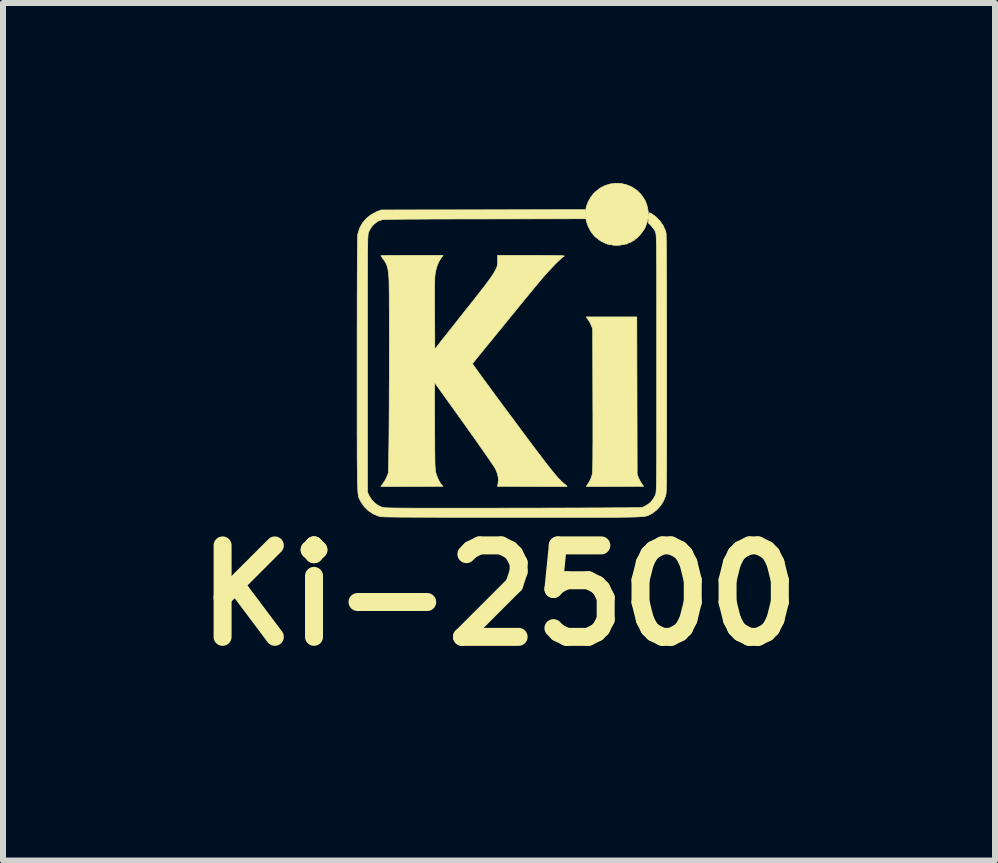
<source format=kicad_pcb>
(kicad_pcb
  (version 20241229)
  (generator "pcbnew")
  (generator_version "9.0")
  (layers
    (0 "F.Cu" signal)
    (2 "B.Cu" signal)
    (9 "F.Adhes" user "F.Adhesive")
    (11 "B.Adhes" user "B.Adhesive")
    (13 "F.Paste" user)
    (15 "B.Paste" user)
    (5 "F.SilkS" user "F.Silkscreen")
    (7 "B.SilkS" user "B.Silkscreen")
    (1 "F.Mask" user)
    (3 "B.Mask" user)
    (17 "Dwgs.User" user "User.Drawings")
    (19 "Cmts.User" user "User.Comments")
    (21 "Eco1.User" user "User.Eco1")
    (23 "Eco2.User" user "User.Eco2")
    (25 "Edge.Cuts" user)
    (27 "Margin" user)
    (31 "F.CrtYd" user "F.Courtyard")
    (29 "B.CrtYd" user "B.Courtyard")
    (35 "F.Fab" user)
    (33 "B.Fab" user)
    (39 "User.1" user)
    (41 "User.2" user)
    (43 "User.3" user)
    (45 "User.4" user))
  (footprint "Ki-2500"
    (layer "F.Cu")
    (at 5.494 2.802)
    (property "Reference" "Ki-2500" (at -0.225 4.075 180) (layer "F.SilkS") (effects (font (size 1.524 1.524) (thickness 0.3))))
    (attr through_hole)
    (fp_poly (pts (xy 2.075 0.744) (xy 2.078 2.057) (xy 2.1 2.113) (xy 2.12 2.153) (xy 2.143 2.194) (xy 2.154 2.212) (xy 2.185 2.255) (xy 1.707 2.258) (xy 1.611 2.258) (xy 1.521 2.259) (xy 1.44 2.259) (xy 1.369 2.259) (xy 1.31 2.258) (xy 1.266 2.258) (xy 1.239 2.257) (xy 1.229 2.256) (xy 1.235 2.247) (xy 1.249 2.227) (xy 1.253 2.221) (xy 1.3 2.143) (xy 1.329 2.056) (xy 1.331 2.047) (xy 1.332 2.03) (xy 1.334 2.001) (xy 1.336 1.959) (xy 1.337 1.903) (xy 1.338 1.832) (xy 1.339 1.746) (xy 1.339 1.644) (xy 1.34 1.526) (xy 1.34 1.39) (xy 1.34 1.236) (xy 1.34 1.064) (xy 1.339 0.872) (xy 1.339 0.808) (xy 1.336 -0.371) (xy 1.313 -0.426) (xy 1.294 -0.467) (xy 1.271 -0.508) (xy 1.259 -0.525) (xy 1.228 -0.569) (xy 2.072 -0.569) (xy 2.075 0.744)) (stroke (width 0.01) (type solid)) (fill yes) (layer "F.SilkS"))
    (fp_poly (pts (xy -1.193 -1.547) (xy -1.231 -1.483) (xy -1.261 -1.409) (xy -1.284 -1.32) (xy -1.285 -1.314) (xy -1.288 -1.295) (xy -1.291 -1.272) (xy -1.294 -1.244) (xy -1.296 -1.21) (xy -1.297 -1.167) (xy -1.298 -1.115) (xy -1.299 -1.051) (xy -1.299 -0.973) (xy -1.299 -0.88) (xy -1.299 -0.77) (xy -1.298 -0.642) (xy -1.298 -0.633) (xy -1.295 -0.032) (xy -1.158 -0.207) (xy -1.122 -0.251) (xy -1.077 -0.309) (xy -1.022 -0.378) (xy -0.961 -0.455) (xy -0.896 -0.538) (xy -0.828 -0.624) (xy -0.759 -0.711) (xy -0.706 -0.777) (xy -0.626 -0.878) (xy -0.558 -0.965) (xy -0.501 -1.039) (xy -0.452 -1.102) (xy -0.412 -1.156) (xy -0.378 -1.202) (xy -0.351 -1.241) (xy -0.328 -1.276) (xy -0.308 -1.307) (xy -0.291 -1.337) (xy -0.278 -1.361) (xy -0.264 -1.392) (xy -0.255 -1.42) (xy -0.25 -1.451) (xy -0.249 -1.494) (xy -0.249 -1.506) (xy -0.249 -1.595) (xy 0.307 -1.595) (xy 0.443 -1.595) (xy 0.561 -1.594) (xy 0.659 -1.593) (xy 0.739 -1.592) (xy 0.799 -1.591) (xy 0.84 -1.589) (xy 0.861 -1.586) (xy 0.864 -1.585) (xy 0.856 -1.575) (xy 0.853 -1.575) (xy 0.84 -1.568) (xy 0.816 -1.548) (xy 0.783 -1.517) (xy 0.742 -1.478) (xy 0.697 -1.433) (xy 0.65 -1.383) (xy 0.602 -1.332) (xy 0.556 -1.282) (xy 0.514 -1.234) (xy 0.481 -1.195) (xy 0.437 -1.143) (xy 0.385 -1.081) (xy 0.328 -1.011) (xy 0.267 -0.937) (xy 0.205 -0.862) (xy 0.153 -0.798) (xy 0.088 -0.718) (xy 0.014 -0.627) (xy -0.067 -0.528) (xy -0.15 -0.426) (xy -0.233 -0.324) (xy -0.312 -0.227) (xy -0.38 -0.144) (xy -0.44 -0.071) (xy -0.495 -0.003) (xy -0.545 0.058) (xy -0.588 0.111) (xy -0.623 0.155) (xy -0.649 0.187) (xy -0.664 0.207) (xy -0.668 0.212) (xy -0.662 0.221) (xy -0.645 0.245) (xy -0.618 0.283) (xy -0.581 0.335) (xy -0.534 0.398) (xy -0.48 0.473) (xy -0.418 0.557) (xy -0.349 0.651) (xy -0.275 0.752) (xy -0.195 0.86) (xy -0.111 0.974) (xy -0.023 1.092) (xy -0.015 1.102) (xy 0.099 1.256) (xy 0.202 1.395) (xy 0.294 1.518) (xy 0.377 1.629) (xy 0.45 1.726) (xy 0.516 1.811) (xy 0.573 1.886) (xy 0.624 1.951) (xy 0.669 2.006) (xy 0.708 2.054) (xy 0.742 2.094) (xy 0.773 2.128) (xy 0.8 2.156) (xy 0.825 2.18) (xy 0.847 2.201) (xy 0.865 2.215) (xy 0.89 2.236) (xy 0.906 2.251) (xy 0.91 2.257) (xy 0.899 2.258) (xy 0.87 2.258) (xy 0.824 2.258) (xy 0.764 2.259) (xy 0.69 2.259) (xy 0.605 2.259) (xy 0.511 2.259) (xy 0.409 2.258) (xy 0.327 2.258) (xy -0.252 2.255) (xy -0.242 2.212) (xy -0.235 2.138) (xy -0.247 2.059) (xy -0.278 1.977) (xy -0.28 1.973) (xy -0.292 1.952) (xy -0.315 1.916) (xy -0.349 1.866) (xy -0.392 1.803) (xy -0.443 1.729) (xy -0.502 1.644) (xy -0.568 1.55) (xy -0.639 1.448) (xy -0.716 1.34) (xy -0.797 1.226) (xy -0.805 1.215) (xy -0.88 1.111) (xy -0.951 1.011) (xy -1.019 0.917) (xy -1.081 0.83) (xy -1.137 0.752) (xy -1.186 0.684) (xy -1.227 0.626) (xy -1.259 0.581) (xy -1.282 0.549) (xy -1.295 0.532) (xy -1.297 0.529) (xy -1.298 0.538) (xy -1.298 0.566) (xy -1.299 0.611) (xy -1.299 0.671) (xy -1.299 0.746) (xy -1.299 0.832) (xy -1.299 0.93) (xy -1.299 1.037) (xy -1.298 1.151) (xy -1.298 1.25) (xy -1.297 1.39) (xy -1.296 1.512) (xy -1.296 1.616) (xy -1.295 1.704) (xy -1.294 1.778) (xy -1.293 1.839) (xy -1.292 1.889) (xy -1.29 1.929) (xy -1.288 1.96) (xy -1.286 1.985) (xy -1.284 2.005) (xy -1.281 2.02) (xy -1.277 2.034) (xy -1.276 2.037) (xy -1.254 2.1) (xy -1.228 2.158) (xy -1.201 2.205) (xy -1.182 2.229) (xy -1.158 2.255) (xy -1.676 2.258) (xy -1.777 2.258) (xy -1.871 2.259) (xy -1.956 2.259) (xy -2.032 2.259) (xy -2.095 2.259) (xy -2.145 2.258) (xy -2.178 2.258) (xy -2.194 2.257) (xy -2.195 2.257) (xy -2.189 2.248) (xy -2.174 2.228) (xy -2.164 2.215) (xy -2.126 2.158) (xy -2.093 2.092) (xy -2.071 2.032) (xy -2.07 2.016) (xy -2.068 1.981) (xy -2.067 1.928) (xy -2.065 1.86) (xy -2.064 1.776) (xy -2.063 1.679) (xy -2.061 1.569) (xy -2.06 1.449) (xy -2.059 1.319) (xy -2.058 1.181) (xy -2.057 1.036) (xy -2.056 0.885) (xy -2.056 0.73) (xy -2.055 0.573) (xy -2.054 0.414) (xy -2.054 0.255) (xy -2.054 0.097) (xy -2.054 -0.058) (xy -2.053 -0.209) (xy -2.054 -0.356) (xy -2.054 -0.495) (xy -2.054 -0.627) (xy -2.055 -0.749) (xy -2.055 -0.86) (xy -2.056 -0.96) (xy -2.057 -1.046) (xy -2.058 -1.118) (xy -2.059 -1.173) (xy -2.061 -1.211) (xy -2.061 -1.219) (xy -2.068 -1.299) (xy -2.077 -1.363) (xy -2.091 -1.416) (xy -2.109 -1.461) (xy -2.134 -1.504) (xy -2.155 -1.533) (xy -2.175 -1.56) (xy -2.189 -1.581) (xy -2.195 -1.59) (xy -2.185 -1.591) (xy -2.156 -1.592) (xy -2.112 -1.593) (xy -2.052 -1.594) (xy -1.98 -1.594) (xy -1.897 -1.595) (xy -1.806 -1.595) (xy -1.707 -1.595) (xy -1.676 -1.595) (xy -1.158 -1.595) (xy -1.193 -1.547)) (stroke (width 0.01) (type solid)) (fill yes) (layer "F.SilkS"))
    (fp_poly (pts (xy 1.817 -2.792) (xy 1.907 -2.77) (xy 1.993 -2.733) (xy 2.071 -2.681) (xy 2.14 -2.614) (xy 2.197 -2.533) (xy 2.212 -2.504) (xy 2.233 -2.454) (xy 2.25 -2.393) (xy 2.261 -2.332) (xy 2.266 -2.28) (xy 2.26 -2.216) (xy 2.243 -2.145) (xy 2.218 -2.076) (xy 2.209 -2.055) (xy 2.192 -2.026) (xy 2.167 -1.99) (xy 2.139 -1.954) (xy 2.11 -1.92) (xy 2.084 -1.892) (xy 2.063 -1.874) (xy 2.055 -1.87) (xy 2.04 -1.861) (xy 2.036 -1.854) (xy 2.027 -1.843) (xy 2.022 -1.844) (xy 2.01 -1.841) (xy 1.993 -1.828) (xy 1.978 -1.816) (xy 1.971 -1.814) (xy 1.971 -1.814) (xy 1.965 -1.815) (xy 1.957 -1.81) (xy 1.943 -1.803) (xy 1.937 -1.805) (xy 1.931 -1.804) (xy 1.93 -1.799) (xy 1.924 -1.792) (xy 1.92 -1.793) (xy 1.911 -1.792) (xy 1.91 -1.788) (xy 1.902 -1.781) (xy 1.89 -1.783) (xy 1.873 -1.784) (xy 1.869 -1.778) (xy 1.861 -1.772) (xy 1.844 -1.774) (xy 1.825 -1.776) (xy 1.819 -1.771) (xy 1.809 -1.767) (xy 1.784 -1.764) (xy 1.749 -1.762) (xy 1.737 -1.762) (xy 1.7 -1.763) (xy 1.671 -1.765) (xy 1.657 -1.769) (xy 1.656 -1.77) (xy 1.648 -1.774) (xy 1.631 -1.772) (xy 1.611 -1.771) (xy 1.605 -1.777) (xy 1.598 -1.783) (xy 1.59 -1.782) (xy 1.577 -1.782) (xy 1.575 -1.787) (xy 1.567 -1.793) (xy 1.56 -1.792) (xy 1.547 -1.793) (xy 1.544 -1.798) (xy 1.538 -1.805) (xy 1.534 -1.803) (xy 1.525 -1.805) (xy 1.524 -1.808) (xy 1.518 -1.815) (xy 1.514 -1.814) (xy 1.504 -1.815) (xy 1.504 -1.819) (xy 1.497 -1.825) (xy 1.494 -1.824) (xy 1.484 -1.825) (xy 1.483 -1.829) (xy 1.477 -1.835) (xy 1.473 -1.834) (xy 1.464 -1.835) (xy 1.463 -1.838) (xy 1.455 -1.848) (xy 1.449 -1.849) (xy 1.433 -1.857) (xy 1.429 -1.864) (xy 1.418 -1.878) (xy 1.412 -1.88) (xy 1.396 -1.888) (xy 1.372 -1.91) (xy 1.343 -1.943) (xy 1.313 -1.983) (xy 1.294 -2.012) (xy 1.26 -2.08) (xy 1.232 -2.16) (xy 1.216 -2.235) (xy 1.213 -2.252) (xy 1.211 -2.25) (xy 1.21 -2.233) (xy 1.209 -2.205) (xy -0.484 -2.202) (xy -0.709 -2.202) (xy -0.915 -2.202) (xy -1.102 -2.201) (xy -1.27 -2.201) (xy -1.422 -2.2) (xy -1.557 -2.199) (xy -1.677 -2.199) (xy -1.781 -2.198) (xy -1.872 -2.197) (xy -1.949 -2.196) (xy -2.014 -2.195) (xy -2.067 -2.194) (xy -2.108 -2.193) (xy -2.14 -2.192) (xy -2.162 -2.19) (xy -2.176 -2.189) (xy -2.182 -2.187) (xy -2.182 -2.187) (xy -2.191 -2.179) (xy -2.196 -2.18) (xy -2.212 -2.179) (xy -2.237 -2.167) (xy -2.269 -2.146) (xy -2.302 -2.12) (xy -2.332 -2.091) (xy -2.335 -2.087) (xy -2.363 -2.05) (xy -2.387 -2.008) (xy -2.397 -1.985) (xy -2.4 -1.978) (xy -2.402 -1.971) (xy -2.404 -1.963) (xy -2.406 -1.953) (xy -2.407 -1.94) (xy -2.409 -1.923) (xy -2.41 -1.901) (xy -2.412 -1.874) (xy -2.413 -1.841) (xy -2.414 -1.801) (xy -2.414 -1.752) (xy -2.415 -1.696) (xy -2.416 -1.629) (xy -2.416 -1.552) (xy -2.417 -1.464) (xy -2.417 -1.364) (xy -2.417 -1.251) (xy -2.418 -1.125) (xy -2.418 -0.984) (xy -2.418 -0.827) (xy -2.418 -0.654) (xy -2.418 -0.465) (xy -2.418 -0.257) (xy -2.418 -0.031) (xy -2.418 0.211) (xy -2.418 2.352) (xy -2.389 2.414) (xy -2.351 2.475) (xy -2.299 2.531) (xy -2.239 2.575) (xy -2.179 2.602) (xy -2.171 2.604) (xy -2.163 2.606) (xy -2.152 2.608) (xy -2.139 2.61) (xy -2.123 2.611) (xy -2.102 2.613) (xy -2.075 2.614) (xy -2.043 2.615) (xy -2.004 2.616) (xy -1.957 2.617) (xy -1.901 2.617) (xy -1.836 2.618) (xy -1.761 2.618) (xy -1.675 2.619) (xy -1.577 2.619) (xy -1.466 2.619) (xy -1.342 2.619) (xy -1.203 2.619) (xy -1.05 2.619) (xy -0.88 2.619) (xy -0.693 2.619) (xy -0.488 2.619) (xy -0.265 2.619) (xy -0.022 2.618) (xy 0.005 2.618) (xy 0.212 2.618) (xy 0.413 2.618) (xy 0.608 2.617) (xy 0.796 2.617) (xy 0.976 2.616) (xy 1.147 2.616) (xy 1.308 2.615) (xy 1.458 2.615) (xy 1.596 2.614) (xy 1.721 2.613) (xy 1.833 2.613) (xy 1.929 2.612) (xy 2.01 2.611) (xy 2.074 2.61) (xy 2.121 2.61) (xy 2.148 2.609) (xy 2.156 2.608) (xy 2.174 2.602) (xy 2.194 2.593) (xy 2.219 2.579) (xy 2.256 2.556) (xy 2.271 2.546) (xy 2.307 2.515) (xy 2.342 2.47) (xy 2.372 2.419) (xy 2.384 2.392) (xy 2.386 2.386) (xy 2.388 2.379) (xy 2.39 2.37) (xy 2.391 2.358) (xy 2.393 2.343) (xy 2.394 2.324) (xy 2.396 2.299) (xy 2.397 2.269) (xy 2.398 2.232) (xy 2.399 2.187) (xy 2.399 2.134) (xy 2.4 2.072) (xy 2.401 1.999) (xy 2.401 1.916) (xy 2.402 1.821) (xy 2.402 1.713) (xy 2.402 1.592) (xy 2.402 1.457) (xy 2.403 1.306) (xy 2.403 1.14) (xy 2.403 0.957) (xy 2.403 0.757) (xy 2.403 0.538) (xy 2.403 0.3) (xy 2.403 0.208) (xy 2.403 -0.037) (xy 2.403 -0.263) (xy 2.403 -0.47) (xy 2.403 -0.66) (xy 2.403 -0.832) (xy 2.402 -0.988) (xy 2.402 -1.129) (xy 2.402 -1.256) (xy 2.402 -1.368) (xy 2.401 -1.468) (xy 2.401 -1.556) (xy 2.4 -1.632) (xy 2.4 -1.699) (xy 2.399 -1.755) (xy 2.398 -1.803) (xy 2.397 -1.843) (xy 2.396 -1.876) (xy 2.395 -1.903) (xy 2.393 -1.924) (xy 2.392 -1.941) (xy 2.39 -1.954) (xy 2.388 -1.964) (xy 2.386 -1.972) (xy 2.384 -1.979) (xy 2.373 -2.008) (xy 2.362 -2.027) (xy 2.356 -2.032) (xy 2.347 -2.04) (xy 2.347 -2.042) (xy 2.34 -2.054) (xy 2.323 -2.075) (xy 2.306 -2.094) (xy 2.264 -2.135) (xy 2.271 -2.218) (xy 2.275 -2.257) (xy 2.278 -2.287) (xy 2.281 -2.303) (xy 2.282 -2.305) (xy 2.292 -2.302) (xy 2.313 -2.292) (xy 2.332 -2.281) (xy 2.398 -2.232) (xy 2.458 -2.168) (xy 2.509 -2.095) (xy 2.546 -2.016) (xy 2.559 -1.971) (xy 2.561 -1.955) (xy 2.562 -1.92) (xy 2.563 -1.865) (xy 2.564 -1.791) (xy 2.565 -1.698) (xy 2.566 -1.585) (xy 2.567 -1.452) (xy 2.568 -1.3) (xy 2.569 -1.127) (xy 2.569 -0.935) (xy 2.569 -0.723) (xy 2.57 -0.491) (xy 2.57 -0.239) (xy 2.57 0.034) (xy 2.57 0.215) (xy 2.57 0.46) (xy 2.57 0.686) (xy 2.57 0.894) (xy 2.57 1.083) (xy 2.57 1.256) (xy 2.57 1.412) (xy 2.57 1.553) (xy 2.57 1.68) (xy 2.569 1.793) (xy 2.569 1.893) (xy 2.569 1.981) (xy 2.568 2.058) (xy 2.567 2.124) (xy 2.567 2.182) (xy 2.566 2.23) (xy 2.565 2.271) (xy 2.564 2.304) (xy 2.563 2.332) (xy 2.561 2.354) (xy 2.56 2.372) (xy 2.558 2.386) (xy 2.556 2.397) (xy 2.554 2.406) (xy 2.552 2.415) (xy 2.55 2.42) (xy 2.515 2.504) (xy 2.465 2.582) (xy 2.402 2.65) (xy 2.331 2.704) (xy 2.304 2.719) (xy 2.292 2.725) (xy 2.282 2.731) (xy 2.271 2.736) (xy 2.261 2.741) (xy 2.249 2.745) (xy 2.235 2.749) (xy 2.218 2.753) (xy 2.198 2.756) (xy 2.173 2.759) (xy 2.142 2.761) (xy 2.106 2.764) (xy 2.062 2.766) (xy 2.01 2.767) (xy 1.95 2.769) (xy 1.88 2.77) (xy 1.8 2.771) (xy 1.709 2.772) (xy 1.605 2.772) (xy 1.489 2.773) (xy 1.359 2.773) (xy 1.215 2.773) (xy 1.055 2.773) (xy 0.879 2.773) (xy 0.687 2.773) (xy 0.476 2.773) (xy 0.247 2.773) (xy -0.002 2.773) (xy -0.015 2.773) (xy -0.27 2.773) (xy -0.506 2.772) (xy -0.723 2.772) (xy -0.922 2.772) (xy -1.103 2.772) (xy -1.267 2.771) (xy -1.416 2.771) (xy -1.549 2.77) (xy -1.668 2.77) (xy -1.773 2.769) (xy -1.864 2.769) (xy -1.944 2.768) (xy -2.011 2.767) (xy -2.068 2.766) (xy -2.114 2.765) (xy -2.151 2.764) (xy -2.179 2.762) (xy -2.199 2.761) (xy -2.211 2.76) (xy -2.215 2.759) (xy -2.312 2.721) (xy -2.397 2.667) (xy -2.469 2.598) (xy -2.527 2.515) (xy -2.538 2.494) (xy -2.544 2.482) (xy -2.55 2.472) (xy -2.555 2.461) (xy -2.559 2.451) (xy -2.564 2.439) (xy -2.567 2.425) (xy -2.571 2.407) (xy -2.574 2.386) (xy -2.577 2.36) (xy -2.579 2.329) (xy -2.581 2.291) (xy -2.583 2.246) (xy -2.585 2.193) (xy -2.586 2.131) (xy -2.587 2.06) (xy -2.588 1.978) (xy -2.589 1.884) (xy -2.59 1.779) (xy -2.59 1.66) (xy -2.59 1.527) (xy -2.591 1.38) (xy -2.591 1.217) (xy -2.591 1.038) (xy -2.591 0.841) (xy -2.591 0.626) (xy -2.591 0.393) (xy -2.591 0.215) (xy -2.591 -0.053) (xy -2.591 -0.3) (xy -2.59 -0.529) (xy -2.59 -0.738) (xy -2.59 -0.929) (xy -2.589 -1.102) (xy -2.589 -1.258) (xy -2.588 -1.396) (xy -2.588 -1.518) (xy -2.587 -1.624) (xy -2.586 -1.715) (xy -2.585 -1.79) (xy -2.584 -1.85) (xy -2.583 -1.897) (xy -2.581 -1.929) (xy -2.58 -1.948) (xy -2.579 -1.953) (xy -2.549 -2.048) (xy -2.502 -2.134) (xy -2.438 -2.209) (xy -2.36 -2.272) (xy -2.27 -2.321) (xy -2.25 -2.329) (xy -2.189 -2.352) (xy 1.208 -2.357) (xy 1.212 -2.329) (xy 1.215 -2.311) (xy 1.216 -2.312) (xy 1.218 -2.332) (xy 1.218 -2.332) (xy 1.229 -2.403) (xy 1.256 -2.477) (xy 1.296 -2.551) (xy 1.345 -2.618) (xy 1.376 -2.65) (xy 1.455 -2.713) (xy 1.54 -2.758) (xy 1.631 -2.786) (xy 1.724 -2.797) (xy 1.817 -2.792)) (stroke (width 0.01) (type solid)) (fill yes) (layer "F.SilkS")))
  (gr_rect
    (start -3 -3)
    (end 13.537 11.295)
    (stroke (width 0.1) (type default))
    (fill no)
    (layer "Edge.Cuts")))
</source>
